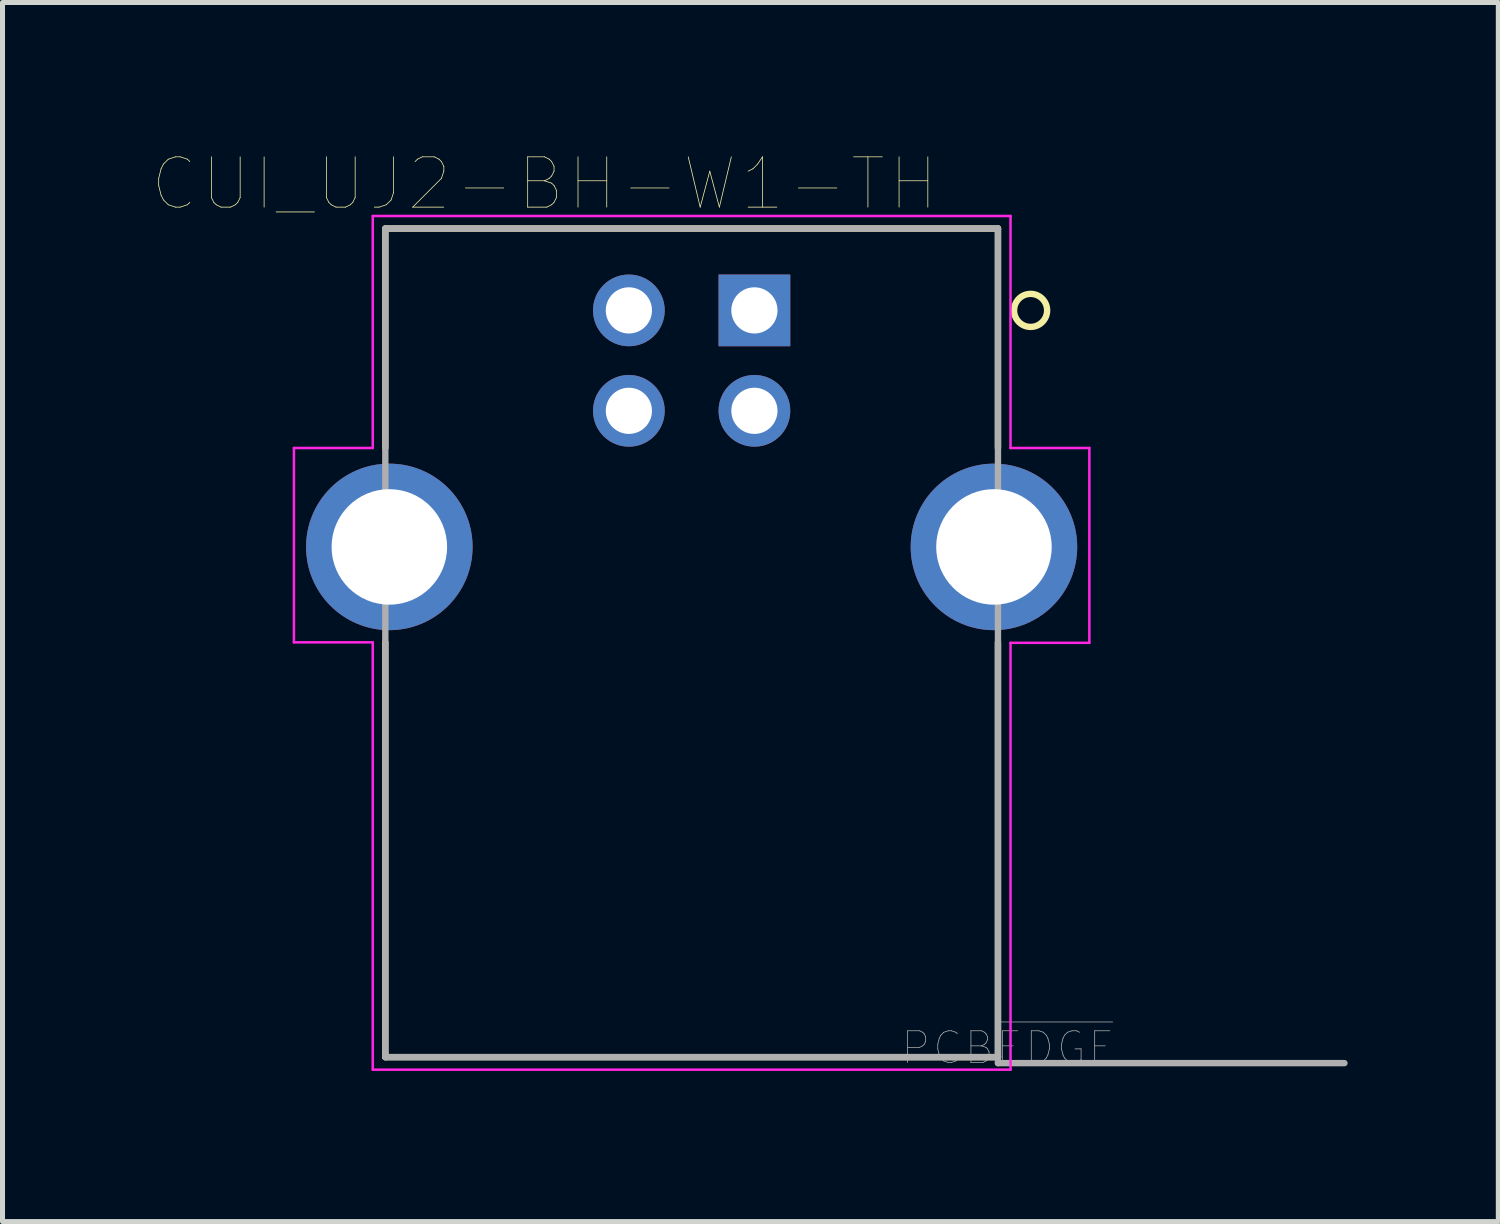
<source format=kicad_pcb>
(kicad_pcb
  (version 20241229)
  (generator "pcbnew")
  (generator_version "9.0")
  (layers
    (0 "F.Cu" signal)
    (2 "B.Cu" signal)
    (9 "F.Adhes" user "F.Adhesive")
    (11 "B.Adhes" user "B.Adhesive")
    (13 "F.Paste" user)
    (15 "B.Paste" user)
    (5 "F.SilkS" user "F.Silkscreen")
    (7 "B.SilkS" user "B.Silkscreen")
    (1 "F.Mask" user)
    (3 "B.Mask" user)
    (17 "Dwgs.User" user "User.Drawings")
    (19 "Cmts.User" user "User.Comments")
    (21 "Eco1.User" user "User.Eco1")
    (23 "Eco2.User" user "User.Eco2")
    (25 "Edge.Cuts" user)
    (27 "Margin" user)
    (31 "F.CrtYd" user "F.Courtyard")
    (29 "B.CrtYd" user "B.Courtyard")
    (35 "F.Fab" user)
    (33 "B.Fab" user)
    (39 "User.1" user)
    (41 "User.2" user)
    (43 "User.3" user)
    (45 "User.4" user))
  (footprint "CUI_UJ2-BH-W1-TH"
    (layer "F.Cu")
    (at 11.973 3.131)
    (property "Reference" "CUI_UJ2-BH-W1-TH" (at -4.181 -2.519 0) (layer "F.SilkS") (effects (font (size 1.002 1.002) (thickness 0.015))))
    (attr through_hole)
    (fp_line (start -7.35 -1.63) (end 4.85 -1.63) (stroke (width 0.127) (type solid)) (layer "F.SilkS"))
    (fp_line (start -7.35 2.74) (end -7.35 -1.63) (stroke (width 0.127) (type solid)) (layer "F.SilkS"))
    (fp_line (start -7.35 6.61) (end -7.35 14.87) (stroke (width 0.127) (type solid)) (layer "F.SilkS"))
    (fp_line (start -7.35 14.87) (end 4.85 14.87) (stroke (width 0.127) (type solid)) (layer "F.SilkS"))
    (fp_line (start 4.85 -1.63) (end 4.85 2.74) (stroke (width 0.127) (type solid)) (layer "F.SilkS"))
    (fp_line (start 4.85 14.87) (end 4.85 6.61) (stroke (width 0.127) (type solid)) (layer "F.SilkS"))
    (fp_circle (center 5.5 0) (end 5.829 0) (stroke (width 0.127) (type solid)) (fill no) (layer "F.SilkS"))
    (fp_line (start -9.17 2.74) (end -7.6 2.74) (stroke (width 0.05) (type solid)) (layer "F.CrtYd"))
    (fp_line (start -9.17 6.61) (end -9.17 2.74) (stroke (width 0.05) (type solid)) (layer "F.CrtYd"))
    (fp_line (start -7.6 -1.88) (end 5.1 -1.88) (stroke (width 0.05) (type solid)) (layer "F.CrtYd"))
    (fp_line (start -7.6 2.74) (end -7.6 -1.88) (stroke (width 0.05) (type solid)) (layer "F.CrtYd"))
    (fp_line (start -7.6 6.61) (end -9.17 6.61) (stroke (width 0.05) (type solid)) (layer "F.CrtYd"))
    (fp_line (start -7.6 15.12) (end -7.6 6.61) (stroke (width 0.05) (type solid)) (layer "F.CrtYd"))
    (fp_line (start 5.1 -1.88) (end 5.1 2.74) (stroke (width 0.05) (type solid)) (layer "F.CrtYd"))
    (fp_line (start 5.1 2.74) (end 6.67 2.74) (stroke (width 0.05) (type solid)) (layer "F.CrtYd"))
    (fp_line (start 5.1 6.62) (end 5.1 15.12) (stroke (width 0.05) (type solid)) (layer "F.CrtYd"))
    (fp_line (start 5.1 15.12) (end -7.6 15.12) (stroke (width 0.05) (type solid)) (layer "F.CrtYd"))
    (fp_line (start 6.67 2.74) (end 6.67 6.62) (stroke (width 0.05) (type solid)) (layer "F.CrtYd"))
    (fp_line (start 6.67 6.62) (end 5.1 6.62) (stroke (width 0.05) (type solid)) (layer "F.CrtYd"))
    (fp_line (start -7.35 -1.63) (end 4.85 -1.63) (stroke (width 0.127) (type solid)) (layer "F.Fab"))
    (fp_line (start -7.35 14.87) (end -7.35 -1.63) (stroke (width 0.127) (type solid)) (layer "F.Fab"))
    (fp_line (start 4.85 -1.63) (end 4.85 14.87) (stroke (width 0.127) (type solid)) (layer "F.Fab"))
    (fp_line (start 4.85 14.87) (end -7.35 14.87) (stroke (width 0.127) (type solid)) (layer "F.Fab"))
    (fp_line (start 4.85 14.87) (end 4.85 14.99) (stroke (width 0.127) (type solid)) (layer "F.Fab"))
    (fp_line (start 4.85 14.99) (end 11.75 14.99) (stroke (width 0.127) (type solid)) (layer "F.Fab"))
    (fp_circle (center 0 0) (end 0.2 0) (stroke (width 0.4) (type solid)) (fill no) (layer "F.Fab"))
    (fp_text user "PCB~{EDGE}" (at 5.048 14.685 0) (layer "F.Fab") (effects (font (size 0.631 0.631) (thickness 0.015))))
    (pad "1" thru_hole rect (at 0 0) (size 1.428 1.428) (drill 0.92) (layers "*.Cu" "*.Mask"))
    (pad "2" thru_hole circle (at -2.5 0) (size 1.428 1.428) (drill 0.92) (layers "*.Cu" "*.Mask"))
    (pad "3" thru_hole circle (at -2.5 2) (size 1.428 1.428) (drill 0.92) (layers "*.Cu" "*.Mask"))
    (pad "4" thru_hole circle (at 0 2) (size 1.428 1.428) (drill 0.92) (layers "*.Cu" "*.Mask"))
    (pad "SH1" thru_hole circle (at -7.27 4.71) (size 3.316 3.316) (drill 2.3) (layers "*.Cu" "*.Mask"))
    (pad "SH2" thru_hole circle (at 4.77 4.71) (size 3.316 3.316) (drill 2.3) (layers "*.Cu" "*.Mask")))
  (gr_rect
    (start -3 -3)
    (end 26.787 21.276)
    (stroke (width 0.1) (type default))
    (fill no)
    (layer "Edge.Cuts")))
</source>
